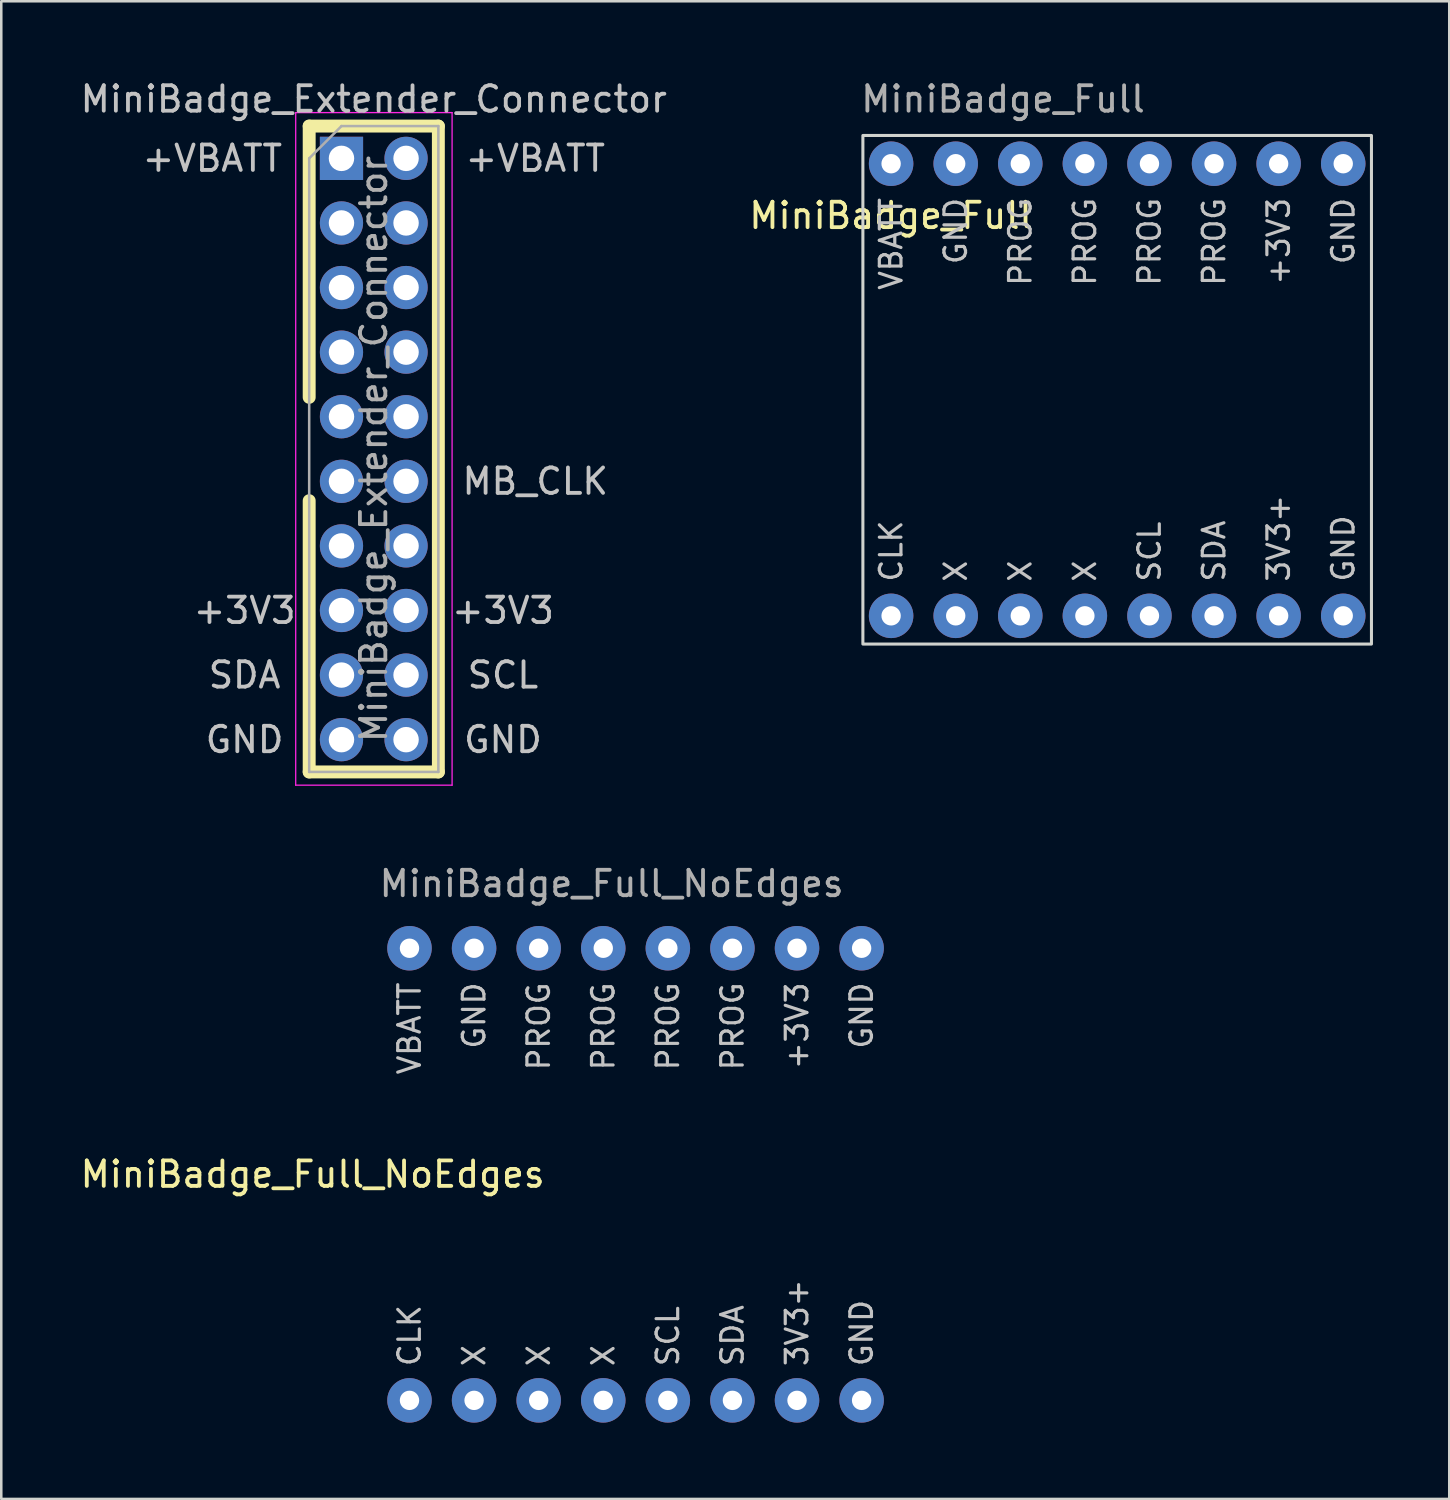
<source format=kicad_pcb>
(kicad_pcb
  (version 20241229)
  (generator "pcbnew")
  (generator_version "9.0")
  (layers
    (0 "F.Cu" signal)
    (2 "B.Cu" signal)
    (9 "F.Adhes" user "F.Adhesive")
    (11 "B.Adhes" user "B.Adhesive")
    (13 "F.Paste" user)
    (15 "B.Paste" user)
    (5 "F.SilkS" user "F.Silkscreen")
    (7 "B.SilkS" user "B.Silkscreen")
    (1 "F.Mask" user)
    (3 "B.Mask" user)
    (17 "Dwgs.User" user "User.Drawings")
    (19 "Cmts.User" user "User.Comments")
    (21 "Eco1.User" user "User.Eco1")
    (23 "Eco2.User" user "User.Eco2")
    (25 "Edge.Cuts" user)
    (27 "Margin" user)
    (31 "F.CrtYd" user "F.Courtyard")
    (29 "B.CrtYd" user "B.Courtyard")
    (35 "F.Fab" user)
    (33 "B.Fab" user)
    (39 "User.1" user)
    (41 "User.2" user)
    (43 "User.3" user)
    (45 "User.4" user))
  (footprint "MiniBadge_Full_NoEdges"
    (layer "F.Cu")
    (at 11.784 32.971)
    (property "Reference" "MiniBadge_Full_NoEdges" (at -2.54 10.16 0) (unlocked yes) (layer "F.SilkS") (effects (font (size 1 1) (thickness 0.15))))
    (attr through_hole)
    (fp_text user "X" (at 8.89 17.78 90) (unlocked yes) (layer "Dwgs.User") (effects (font (size 0.85 0.85) (thickness 0.125)) (justify left)))
    (fp_text user "X" (at 6.35 17.78 90) (unlocked yes) (layer "Dwgs.User") (effects (font (size 0.85 0.85) (thickness 0.125)) (justify left)))
    (fp_text user "PROG" (at 6.35 2.54 90) (unlocked yes) (layer "Dwgs.User") (effects (font (size 0.85 0.85) (thickness 0.125)) (justify right)))
    (fp_text user "GND" (at 19.05 17.78 90) (unlocked yes) (layer "Dwgs.User") (effects (font (size 0.85 0.85) (thickness 0.125)) (justify left)))
    (fp_text user "GND" (at 3.81 2.54 90) (unlocked yes) (layer "Dwgs.User") (effects (font (size 0.85 0.85) (thickness 0.125)) (justify right)))
    (fp_text user "PROG" (at 11.43 2.54 90) (unlocked yes) (layer "Dwgs.User") (effects (font (size 0.85 0.85) (thickness 0.125)) (justify right)))
    (fp_text user "CLK" (at 1.27 17.78 90) (unlocked yes) (layer "Dwgs.User") (effects (font (size 0.85 0.85) (thickness 0.125)) (justify left)))
    (fp_text user "PROG" (at 13.97 2.54 90) (unlocked yes) (layer "Dwgs.User") (effects (font (size 0.85 0.85) (thickness 0.125)) (justify right)))
    (fp_text user "3V3+" (at 16.51 17.78 90) (unlocked yes) (layer "Dwgs.User") (effects (font (size 0.85 0.85) (thickness 0.125)) (justify left)))
    (fp_text user "VBATT" (at 1.27 2.54 90) (unlocked yes) (layer "Dwgs.User") (effects (font (size 0.85 0.85) (thickness 0.125)) (justify right)))
    (fp_text user "PROG" (at 8.89 2.54 90) (unlocked yes) (layer "Dwgs.User") (effects (font (size 0.85 0.85) (thickness 0.125)) (justify right)))
    (fp_text user "GND" (at 19.05 2.54 90) (unlocked yes) (layer "Dwgs.User") (effects (font (size 0.85 0.85) (thickness 0.125)) (justify right)))
    (fp_text user "SDA" (at 13.97 17.78 90) (unlocked yes) (layer "Dwgs.User") (effects (font (size 0.85 0.85) (thickness 0.125)) (justify left)))
    (fp_text user "X" (at 3.81 17.78 90) (unlocked yes) (layer "Dwgs.User") (effects (font (size 0.85 0.85) (thickness 0.125)) (justify left)))
    (fp_text user "+3V3" (at 16.51 2.54 90) (unlocked yes) (layer "Dwgs.User") (effects (font (size 0.85 0.85) (thickness 0.125)) (justify right)))
    (fp_text user "SCL" (at 11.43 17.78 90) (unlocked yes) (layer "Dwgs.User") (effects (font (size 0.85 0.85) (thickness 0.125)) (justify left)))
    (fp_text user "${REFERENCE}" (at 0 -1.27 0) (unlocked yes) (layer "F.Fab") (effects (font (size 1 1) (thickness 0.15)) (justify left)))
    (pad "1" thru_hole circle (at 1.27 1.27) (size 1.75 1.75) (drill 0.762) (layers "*.Cu" "*.Mask"))
    (pad "2" thru_hole circle (at 3.81 1.27) (size 1.75 1.75) (drill 0.762) (layers "*.Cu" "*.Mask"))
    (pad "3" thru_hole circle (at 6.35 1.27) (size 1.75 1.75) (drill 0.762) (layers "*.Cu" "*.Mask"))
    (pad "4" thru_hole circle (at 8.89 1.27) (size 1.75 1.75) (drill 0.762) (layers "*.Cu" "*.Mask"))
    (pad "5" thru_hole circle (at 11.43 1.27) (size 1.75 1.75) (drill 0.762) (layers "*.Cu" "*.Mask"))
    (pad "6" thru_hole circle (at 13.97 1.27) (size 1.75 1.75) (drill 0.762) (layers "*.Cu" "*.Mask"))
    (pad "7" thru_hole circle (at 16.51 1.27) (size 1.75 1.75) (drill 0.762) (layers "*.Cu" "*.Mask"))
    (pad "8" thru_hole circle (at 19.05 1.27) (size 1.75 1.75) (drill 0.762) (layers "*.Cu" "*.Mask"))
    (pad "9" thru_hole circle (at 1.27 19.05) (size 1.75 1.75) (drill 0.762) (layers "*.Cu" "*.Mask"))
    (pad "10" thru_hole circle (at 3.81 19.05) (size 1.75 1.75) (drill 0.762) (layers "*.Cu" "*.Mask"))
    (pad "11" thru_hole circle (at 6.35 19.05) (size 1.75 1.75) (drill 0.762) (layers "*.Cu" "*.Mask"))
    (pad "12" thru_hole circle (at 8.89 19.05) (size 1.75 1.75) (drill 0.762) (layers "*.Cu" "*.Mask"))
    (pad "13" thru_hole circle (at 11.43 19.05) (size 1.75 1.75) (drill 0.762) (layers "*.Cu" "*.Mask"))
    (pad "14" thru_hole circle (at 13.97 19.05) (size 1.75 1.75) (drill 0.762) (layers "*.Cu" "*.Mask"))
    (pad "15" thru_hole circle (at 16.51 19.05) (size 1.75 1.75) (drill 0.762) (layers "*.Cu" "*.Mask"))
    (pad "16" thru_hole circle (at 19.05 19.05) (size 1.75 1.75) (drill 0.762) (layers "*.Cu" "*.Mask")))
  (footprint "MiniBadge_Full"
    (layer "F.Cu")
    (at 30.724 2.118)
    (property "Reference" "MiniBadge_Full" (at 1.27 3.31 0) (unlocked yes) (layer "F.SilkS") (effects (font (size 1 1) (thickness 0.15))))
    (attr through_hole)
    (fp_rect (start 20.16 20.16) (end 0.16 0.16) (stroke (width 0.12) (type solid)) (fill no) (layer "Edge.Cuts"))
    (fp_rect (start 20.16 20.16) (end 0.16 0.16) (stroke (width 0.12) (type solid)) (fill no) (layer "Margin"))
    (fp_text user "GND" (at 3.81 2.54 90) (unlocked yes) (layer "Dwgs.User") (effects (font (size 0.85 0.85) (thickness 0.125)) (justify right)))
    (fp_text user "SDA" (at 13.97 17.78 90) (unlocked yes) (layer "Dwgs.User") (effects (font (size 0.85 0.85) (thickness 0.125)) (justify left)))
    (fp_text user "GND" (at 19.05 2.54 90) (unlocked yes) (layer "Dwgs.User") (effects (font (size 0.85 0.85) (thickness 0.125)) (justify right)))
    (fp_text user "X" (at 3.81 17.78 90) (unlocked yes) (layer "Dwgs.User") (effects (font (size 0.85 0.85) (thickness 0.125)) (justify left)))
    (fp_text user "GND" (at 19.05 17.78 90) (unlocked yes) (layer "Dwgs.User") (effects (font (size 0.85 0.85) (thickness 0.125)) (justify left)))
    (fp_text user "X" (at 8.89 17.78 90) (unlocked yes) (layer "Dwgs.User") (effects (font (size 0.85 0.85) (thickness 0.125)) (justify left)))
    (fp_text user "PROG" (at 6.35 2.54 90) (unlocked yes) (layer "Dwgs.User") (effects (font (size 0.85 0.85) (thickness 0.125)) (justify right)))
    (fp_text user "PROG" (at 11.43 2.54 90) (unlocked yes) (layer "Dwgs.User") (effects (font (size 0.85 0.85) (thickness 0.125)) (justify right)))
    (fp_text user "VBATT" (at 1.27 2.54 90) (unlocked yes) (layer "Dwgs.User") (effects (font (size 0.85 0.85) (thickness 0.125)) (justify right)))
    (fp_text user "CLK" (at 1.27 17.78 90) (unlocked yes) (layer "Dwgs.User") (effects (font (size 0.85 0.85) (thickness 0.125)) (justify left)))
    (fp_text user "SCL" (at 11.43 17.78 90) (unlocked yes) (layer "Dwgs.User") (effects (font (size 0.85 0.85) (thickness 0.125)) (justify left)))
    (fp_text user "+3V3" (at 16.51 2.54 90) (unlocked yes) (layer "Dwgs.User") (effects (font (size 0.85 0.85) (thickness 0.125)) (justify right)))
    (fp_text user "X" (at 6.35 17.78 90) (unlocked yes) (layer "Dwgs.User") (effects (font (size 0.85 0.85) (thickness 0.125)) (justify left)))
    (fp_text user "PROG" (at 8.89 2.54 90) (unlocked yes) (layer "Dwgs.User") (effects (font (size 0.85 0.85) (thickness 0.125)) (justify right)))
    (fp_text user "PROG" (at 13.97 2.54 90) (unlocked yes) (layer "Dwgs.User") (effects (font (size 0.85 0.85) (thickness 0.125)) (justify right)))
    (fp_text user "3V3+" (at 16.51 17.78 90) (unlocked yes) (layer "Dwgs.User") (effects (font (size 0.85 0.85) (thickness 0.125)) (justify left)))
    (fp_text user "${REFERENCE}" (at 0 -1.27 0) (unlocked yes) (layer "F.Fab") (effects (font (size 1 1) (thickness 0.15)) (justify left)))
    (pad "1" thru_hole circle (at 1.27 1.27) (size 1.75 1.75) (drill 0.762) (layers "*.Cu" "*.Mask"))
    (pad "2" thru_hole circle (at 3.81 1.27) (size 1.75 1.75) (drill 0.762) (layers "*.Cu" "*.Mask"))
    (pad "3" thru_hole circle (at 6.35 1.27) (size 1.75 1.75) (drill 0.762) (layers "*.Cu" "*.Mask"))
    (pad "4" thru_hole circle (at 8.89 1.27) (size 1.75 1.75) (drill 0.762) (layers "*.Cu" "*.Mask"))
    (pad "5" thru_hole circle (at 11.43 1.27) (size 1.75 1.75) (drill 0.762) (layers "*.Cu" "*.Mask"))
    (pad "6" thru_hole circle (at 13.97 1.27) (size 1.75 1.75) (drill 0.762) (layers "*.Cu" "*.Mask"))
    (pad "7" thru_hole circle (at 16.51 1.27) (size 1.75 1.75) (drill 0.762) (layers "*.Cu" "*.Mask"))
    (pad "8" thru_hole circle (at 19.05 1.27) (size 1.75 1.75) (drill 0.762) (layers "*.Cu" "*.Mask"))
    (pad "9" thru_hole circle (at 1.27 19.05) (size 1.75 1.75) (drill 0.762) (layers "*.Cu" "*.Mask"))
    (pad "10" thru_hole circle (at 3.81 19.05) (size 1.75 1.75) (drill 0.762) (layers "*.Cu" "*.Mask"))
    (pad "11" thru_hole circle (at 6.35 19.05) (size 1.75 1.75) (drill 0.762) (layers "*.Cu" "*.Mask"))
    (pad "12" thru_hole circle (at 8.89 19.05) (size 1.75 1.75) (drill 0.762) (layers "*.Cu" "*.Mask"))
    (pad "13" thru_hole circle (at 11.43 19.05) (size 1.75 1.75) (drill 0.762) (layers "*.Cu" "*.Mask"))
    (pad "14" thru_hole circle (at 13.97 19.05) (size 1.75 1.75) (drill 0.762) (layers "*.Cu" "*.Mask"))
    (pad "15" thru_hole circle (at 16.51 19.05) (size 1.75 1.75) (drill 0.762) (layers "*.Cu" "*.Mask"))
    (pad "16" thru_hole circle (at 19.05 19.05) (size 1.75 1.75) (drill 0.762) (layers "*.Cu" "*.Mask")))
  (footprint "MiniBadge_Extender_Connector"
    (layer "F.Cu")
    (at 9.109 1.908)
    (property "Reference" "MiniBadge_Extender_Connector" (at 2.54 -1.06 0) (layer "Dwgs.User") (effects (font (size 1 1) (thickness 0.15))))
    (attr through_hole)
    (fp_line (start 0 0) (end 0 10.668) (stroke (width 0.508) (type solid)) (layer "F.SilkS"))
    (fp_line (start 0 25.4) (end 0 14.732) (stroke (width 0.508) (type solid)) (layer "F.SilkS"))
    (fp_line (start 5.08 0) (end 0 0) (stroke (width 0.508) (type solid)) (layer "F.SilkS"))
    (fp_line (start 5.08 0) (end 5.08 25.4) (stroke (width 0.508) (type solid)) (layer "F.SilkS"))
    (fp_line (start 5.08 25.4) (end 0 25.4) (stroke (width 0.508) (type solid)) (layer "F.SilkS"))
    (fp_line (start -0.53 -0.53) (end -0.53 25.92) (stroke (width 0.05) (type solid)) (layer "F.CrtYd"))
    (fp_line (start -0.53 25.92) (end 5.62 25.92) (stroke (width 0.05) (type solid)) (layer "F.CrtYd"))
    (fp_line (start 5.62 -0.53) (end -0.53 -0.53) (stroke (width 0.05) (type solid)) (layer "F.CrtYd"))
    (fp_line (start 5.62 25.92) (end 5.62 -0.53) (stroke (width 0.05) (type solid)) (layer "F.CrtYd"))
    (fp_line (start 0 1.27) (end 1.27 0) (stroke (width 0.1) (type solid)) (layer "F.Fab"))
    (fp_line (start 0 25.4) (end 0 1.27) (stroke (width 0.1) (type solid)) (layer "F.Fab"))
    (fp_line (start 1.27 0) (end 5.08 0) (stroke (width 0.1) (type solid)) (layer "F.Fab"))
    (fp_line (start 5.08 0) (end 5.08 25.4) (stroke (width 0.1) (type solid)) (layer "F.Fab"))
    (fp_line (start 5.08 25.4) (end 0 25.4) (stroke (width 0.1) (type solid)) (layer "F.Fab"))
    (fp_text user "+VBATT" (at 8.89 1.27 0) (layer "Dwgs.User") (effects (font (size 1 1) (thickness 0.15))))
    (fp_text user "+3V3" (at -2.54 19.05 0) (layer "Dwgs.User") (effects (font (size 1 1) (thickness 0.15))))
    (fp_text user "GND" (at -2.54 24.13 0) (layer "Dwgs.User") (effects (font (size 1 1) (thickness 0.15))))
    (fp_text user "SCL" (at 7.62 21.59 0) (layer "Dwgs.User") (effects (font (size 1 1) (thickness 0.15))))
    (fp_text user "+3V3" (at 7.62 19.05 0) (layer "Dwgs.User") (effects (font (size 1 1) (thickness 0.15))))
    (fp_text user "+VBATT" (at -3.81 1.27 0) (layer "Dwgs.User") (effects (font (size 1 1) (thickness 0.15))))
    (fp_text user "GND" (at 7.62 24.13 0) (layer "Dwgs.User") (effects (font (size 1 1) (thickness 0.15))))
    (fp_text user "MB_CLK" (at 8.89 13.97 0) (layer "Dwgs.User") (effects (font (size 1 1) (thickness 0.15))))
    (fp_text user "SDA" (at -2.54 21.59 0) (layer "Dwgs.User") (effects (font (size 1 1) (thickness 0.15))))
    (fp_text user "${REFERENCE}" (at 2.54 12.7 270) (layer "F.Fab") (effects (font (size 1 1) (thickness 0.15))))
    (pad "1" thru_hole rect (at 1.27 1.27) (size 1.7 1.7) (drill 1) (layers "*.Cu" "*.Mask"))
    (pad "2" thru_hole oval (at 3.81 1.27) (size 1.7 1.7) (drill 1) (layers "*.Cu" "*.Mask"))
    (pad "3" thru_hole oval (at 1.27 3.81) (size 1.7 1.7) (drill 1) (layers "*.Cu" "*.Mask"))
    (pad "4" thru_hole oval (at 3.81 3.81) (size 1.7 1.7) (drill 1) (layers "*.Cu" "*.Mask"))
    (pad "5" thru_hole oval (at 1.27 6.35) (size 1.7 1.7) (drill 1) (layers "*.Cu" "*.Mask"))
    (pad "6" thru_hole oval (at 3.81 6.35) (size 1.7 1.7) (drill 1) (layers "*.Cu" "*.Mask"))
    (pad "7" thru_hole oval (at 1.27 8.89) (size 1.7 1.7) (drill 1) (layers "*.Cu" "*.Mask"))
    (pad "8" thru_hole oval (at 3.81 8.89) (size 1.7 1.7) (drill 1) (layers "*.Cu" "*.Mask"))
    (pad "9" thru_hole oval (at 1.27 11.43) (size 1.7 1.7) (drill 1) (layers "*.Cu" "*.Mask"))
    (pad "10" thru_hole oval (at 3.81 11.43) (size 1.7 1.7) (drill 1) (layers "*.Cu" "*.Mask"))
    (pad "11" thru_hole oval (at 1.27 13.97) (size 1.7 1.7) (drill 1) (layers "*.Cu" "*.Mask"))
    (pad "12" thru_hole oval (at 3.81 13.97) (size 1.7 1.7) (drill 1) (layers "*.Cu" "*.Mask"))
    (pad "13" thru_hole oval (at 1.27 16.51) (size 1.7 1.7) (drill 1) (layers "*.Cu" "*.Mask"))
    (pad "14" thru_hole oval (at 3.81 16.51) (size 1.7 1.7) (drill 1) (layers "*.Cu" "*.Mask"))
    (pad "15" thru_hole oval (at 1.27 19.05) (size 1.7 1.7) (drill 1) (layers "*.Cu" "*.Mask"))
    (pad "16" thru_hole oval (at 3.81 19.05) (size 1.7 1.7) (drill 1) (layers "*.Cu" "*.Mask"))
    (pad "17" thru_hole oval (at 1.27 21.59) (size 1.7 1.7) (drill 1) (layers "*.Cu" "*.Mask"))
    (pad "18" thru_hole oval (at 3.81 21.59) (size 1.7 1.7) (drill 1) (layers "*.Cu" "*.Mask"))
    (pad "19" thru_hole oval (at 1.27 24.13) (size 1.7 1.7) (drill 1) (layers "*.Cu" "*.Mask"))
    (pad "20" thru_hole oval (at 3.81 24.13) (size 1.7 1.7) (drill 1) (layers "*.Cu" "*.Mask")))
  (gr_rect
    (start -3 -3)
    (end 53.944 55.897)
    (stroke (width 0.1) (type default))
    (fill no)
    (layer "Edge.Cuts")))
</source>
